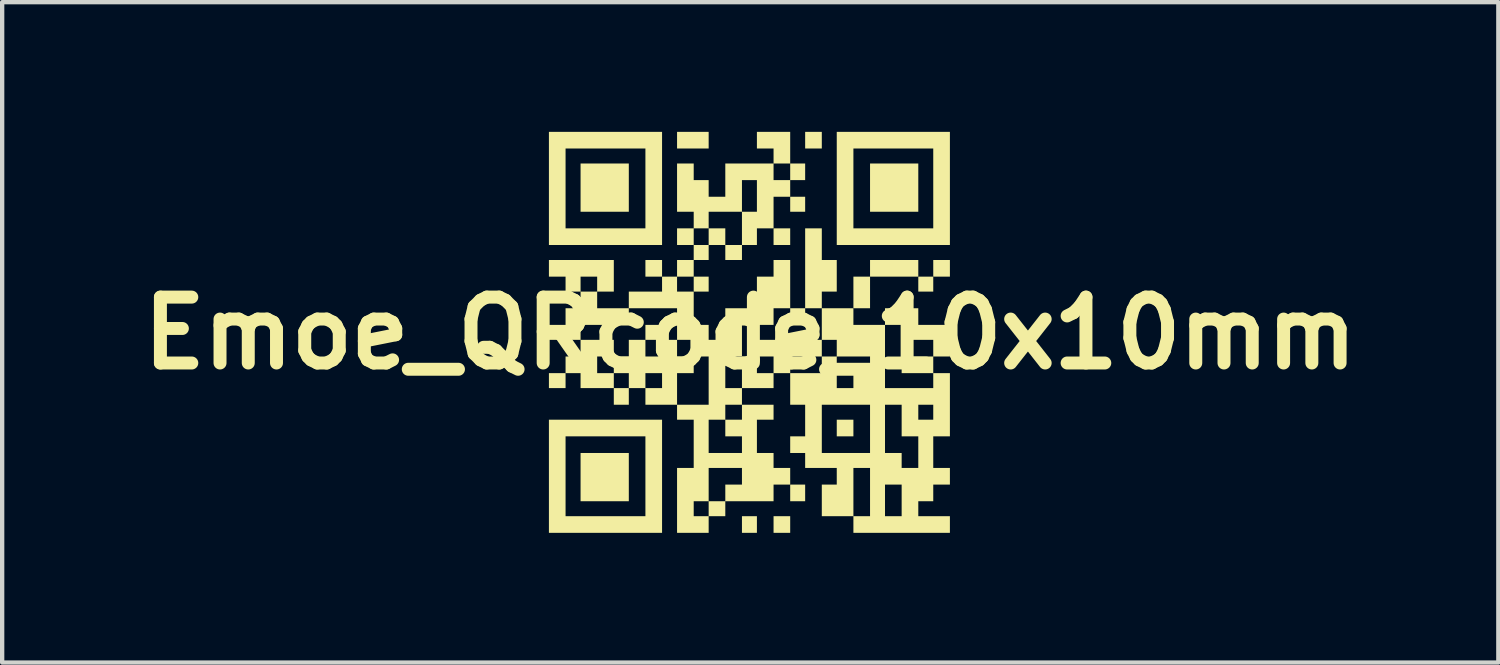
<source format=kicad_pcb>
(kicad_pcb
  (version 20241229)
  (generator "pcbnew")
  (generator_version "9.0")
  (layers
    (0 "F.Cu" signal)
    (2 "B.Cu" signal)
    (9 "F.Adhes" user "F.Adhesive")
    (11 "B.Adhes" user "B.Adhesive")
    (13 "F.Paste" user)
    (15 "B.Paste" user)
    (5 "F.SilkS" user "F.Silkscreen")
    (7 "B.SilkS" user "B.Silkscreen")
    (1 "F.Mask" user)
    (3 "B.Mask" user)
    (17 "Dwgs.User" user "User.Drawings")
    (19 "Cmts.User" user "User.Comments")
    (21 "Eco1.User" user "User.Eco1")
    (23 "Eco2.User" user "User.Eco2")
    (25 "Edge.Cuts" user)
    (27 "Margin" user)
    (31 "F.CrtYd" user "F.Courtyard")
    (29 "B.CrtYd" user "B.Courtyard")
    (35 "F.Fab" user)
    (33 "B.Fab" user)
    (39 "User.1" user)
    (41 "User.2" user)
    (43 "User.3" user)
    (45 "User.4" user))
  (footprint "Emoe_QRcode_10x10mm"
    (layer "F.Cu")
    (at 14.304 4.657)
    (property "Reference" "Emoe_QRcode_10x10mm" (at 0 0 0) (layer "F.SilkS") (effects (font (size 1.524 1.524) (thickness 0.3))))
    (attr board_only exclude_from_pos_files exclude_from_bom)
    (fp_poly (pts (xy -4.272 1.27) (xy -4.657 1.27) (xy -4.657 0.924) (xy -4.272 0.924)) (stroke (width 0) (type solid)) (fill yes) (layer "F.SilkS"))
    (fp_poly (pts (xy -2.809 -2.809) (xy -3.925 -2.809) (xy -3.925 -3.925) (xy -2.809 -3.925)) (stroke (width 0) (type solid)) (fill yes) (layer "F.SilkS"))
    (fp_poly (pts (xy -2.809 3.887) (xy -3.925 3.887) (xy -3.925 2.771) (xy -2.809 2.771)) (stroke (width 0) (type solid)) (fill yes) (layer "F.SilkS"))
    (fp_poly (pts (xy -2.04 -1.308) (xy -2.425 -1.308) (xy -2.425 -1.693) (xy -2.04 -1.693)) (stroke (width 0) (type solid)) (fill yes) (layer "F.SilkS"))
    (fp_poly (pts (xy -2.04 0.154) (xy -2.425 0.154) (xy -2.425 -0.192) (xy -2.04 -0.192)) (stroke (width 0) (type solid)) (fill yes) (layer "F.SilkS"))
    (fp_poly (pts (xy -1.308 -1.308) (xy -1.693 -1.308) (xy -1.693 -1.693) (xy -1.308 -1.693)) (stroke (width 0) (type solid)) (fill yes) (layer "F.SilkS"))
    (fp_poly (pts (xy -0.962 -4.272) (xy -1.693 -4.272) (xy -1.693 -4.657) (xy -0.962 -4.657)) (stroke (width 0) (type solid)) (fill yes) (layer "F.SilkS"))
    (fp_poly (pts (xy -0.962 -0.962) (xy -1.308 -0.962) (xy -1.308 -1.308) (xy -0.962 -1.308)) (stroke (width 0) (type solid)) (fill yes) (layer "F.SilkS"))
    (fp_poly (pts (xy 0.154 4.618) (xy -0.192 4.618) (xy -0.192 4.233) (xy 0.154 4.233)) (stroke (width 0) (type solid)) (fill yes) (layer "F.SilkS"))
    (fp_poly (pts (xy 0.924 -2.04) (xy 0.539 -2.04) (xy 0.539 -2.425) (xy 0.924 -2.425)) (stroke (width 0) (type solid)) (fill yes) (layer "F.SilkS"))
    (fp_poly (pts (xy 0.924 4.618) (xy 0.539 4.618) (xy 0.539 4.233) (xy 0.924 4.233)) (stroke (width 0) (type solid)) (fill yes) (layer "F.SilkS"))
    (fp_poly (pts (xy 1.27 -2.809) (xy 0.924 -2.809) (xy 0.924 -3.156) (xy 1.27 -3.156)) (stroke (width 0) (type solid)) (fill yes) (layer "F.SilkS"))
    (fp_poly (pts (xy 1.27 3.887) (xy 0.924 3.887) (xy 0.924 3.502) (xy 1.27 3.502)) (stroke (width 0) (type solid)) (fill yes) (layer "F.SilkS"))
    (fp_poly (pts (xy 1.655 -4.272) (xy 1.27 -4.272) (xy 1.27 -4.657) (xy 1.655 -4.657)) (stroke (width 0) (type solid)) (fill yes) (layer "F.SilkS"))
    (fp_poly (pts (xy 2.386 2.386) (xy 2.001 2.386) (xy 2.001 2.001) (xy 2.386 2.001)) (stroke (width 0) (type solid)) (fill yes) (layer "F.SilkS"))
    (fp_poly (pts (xy 2.771 -0.577) (xy 2.386 -0.577) (xy 2.386 -1.308) (xy 2.771 -1.308)) (stroke (width 0) (type solid)) (fill yes) (layer "F.SilkS"))
    (fp_poly (pts (xy 3.887 -2.809) (xy 2.771 -2.809) (xy 2.771 -3.925) (xy 3.887 -3.925)) (stroke (width 0) (type solid)) (fill yes) (layer "F.SilkS"))
    (fp_poly (pts (xy 3.887 -1.308) (xy 2.771 -1.308) (xy 2.771 -1.693) (xy 3.887 -1.693)) (stroke (width 0) (type solid)) (fill yes) (layer "F.SilkS"))
    (fp_poly (pts (xy 4.233 -0.962) (xy 3.887 -0.962) (xy 3.887 -1.308) (xy 4.233 -1.308)) (stroke (width 0) (type solid)) (fill yes) (layer "F.SilkS"))
    (fp_poly (pts (xy 4.618 -1.308) (xy 4.233 -1.308) (xy 4.233 -1.693) (xy 4.618 -1.693)) (stroke (width 0) (type solid)) (fill yes) (layer "F.SilkS"))
    (fp_poly (pts (xy -2.04 -2.04) (xy -4.657 -2.04) (xy -4.657 -2.425) (xy -4.272 -2.425) (xy -2.425 -2.425) (xy -2.425 -4.272) (xy -4.272 -4.272) (xy -4.272 -2.425) (xy -4.657 -2.425) (xy -4.657 -4.657) (xy -2.04 -4.657)) (stroke (width 0) (type solid)) (fill yes) (layer "F.SilkS"))
    (fp_poly (pts (xy -2.04 4.618) (xy -4.657 4.618) (xy -4.657 4.233) (xy -4.272 4.233) (xy -2.425 4.233) (xy -2.425 2.386) (xy -4.272 2.386) (xy -4.272 4.233) (xy -4.657 4.233) (xy -4.657 2.001) (xy -2.04 2.001)) (stroke (width 0) (type solid)) (fill yes) (layer "F.SilkS"))
    (fp_poly (pts (xy 4.618 -2.04) (xy 2.001 -2.04) (xy 2.001 -2.425) (xy 2.386 -2.425) (xy 4.233 -2.425) (xy 4.233 -4.272) (xy 2.386 -4.272) (xy 2.386 -2.425) (xy 2.001 -2.425) (xy 2.001 -4.657) (xy 4.618 -4.657)) (stroke (width 0) (type solid)) (fill yes) (layer "F.SilkS"))
    (fp_poly (pts (xy 1.27 -3.925) (xy 1.27 -3.541) (xy 0.924 -3.541) (xy 0.924 -3.156) (xy 0.539 -3.156) (xy 0.539 -2.425) (xy 0.154 -2.425) (xy 0.154 -2.04) (xy -0.192 -2.04) (xy -0.192 -1.693) (xy -0.577 -1.693) (xy -0.577 -2.04) (xy -0.962 -2.04) (xy -0.962 -1.693) (xy -1.308 -1.693) (xy -1.308 -2.04) (xy -0.962 -2.04) (xy -0.962 -2.425) (xy -0.577 -2.425) (xy -0.577 -2.04) (xy -0.192 -2.04) (xy -0.192 -2.809) (xy 0.154 -2.809) (xy 0.154 -3.541) (xy 0.539 -3.541) (xy 0.924 -3.541) (xy 0.924 -3.925) (xy 0.539 -3.925) (xy 0.539 -3.541) (xy 0.154 -3.541) (xy -0.192 -3.541) (xy -0.192 -2.809) (xy -0.962 -2.809) (xy -0.962 -2.425) (xy -1.308 -2.425) (xy -1.308 -2.04) (xy -1.693 -2.04) (xy -1.693 -2.425) (xy -1.308 -2.425) (xy -1.308 -2.809) (xy -1.693 -2.809) (xy -1.693 -3.925) (xy -1.308 -3.925) (xy -1.308 -3.541) (xy -0.962 -3.541) (xy -0.962 -3.156) (xy -0.577 -3.156) (xy -0.577 -3.925) (xy 0.539 -3.925) (xy 0.539 -4.272) (xy 0.154 -4.272) (xy 0.154 -4.657) (xy 0.924 -4.657) (xy 0.924 -3.925)) (stroke (width 0) (type solid)) (fill yes) (layer "F.SilkS"))
    (fp_poly (pts (xy 0.539 1.655) (xy 0.539 2.001) (xy 0.154 2.001) (xy 0.154 2.771) (xy 0.539 2.771) (xy 0.539 3.117) (xy 0.924 3.117) (xy 0.924 3.502) (xy 0.539 3.502) (xy 0.539 3.887) (xy -0.577 3.887) (xy -0.577 4.233) (xy -0.962 4.233) (xy -0.962 4.618) (xy -1.693 4.618) (xy -1.693 4.233) (xy -1.308 4.233) (xy -0.962 4.233) (xy -0.962 3.887) (xy -0.577 3.887) (xy -0.577 3.502) (xy -0.192 3.502) (xy -0.192 3.117) (xy -0.962 3.117) (xy -0.962 3.887) (xy -1.308 3.887) (xy -1.308 4.233) (xy -1.693 4.233) (xy -1.693 3.117) (xy -1.308 3.117) (xy -1.308 2.771) (xy -0.962 2.771) (xy -0.192 2.771) (xy -0.192 2.386) (xy -0.577 2.386) (xy -0.577 2.001) (xy -0.192 2.001) (xy -0.192 1.655) (xy -0.577 1.655) (xy -0.577 2.001) (xy -0.962 2.001) (xy -0.962 2.771) (xy -1.308 2.771) (xy -1.308 2.001) (xy -1.693 2.001) (xy -1.693 1.655) (xy -0.962 1.655) (xy -0.962 1.27) (xy -0.577 1.27) (xy -0.192 1.27) (xy -0.192 0.924) (xy 0.154 0.924) (xy 0.539 0.924) (xy 0.539 0.539) (xy 0.154 0.539) (xy 0.154 0.924) (xy -0.192 0.924) (xy -0.192 0.539) (xy 0.154 0.539) (xy 0.154 0.154) (xy 1.655 0.154) (xy 1.655 -0.577) (xy 1.27 -0.577) (xy 1.27 -0.192) (xy 0.924 -0.192) (xy 0.924 -0.577) (xy 0.539 -0.577) (xy 0.539 -0.192) (xy -0.192 -0.192) (xy -0.192 0.539) (xy -0.577 0.539) (xy -0.577 1.27) (xy -0.962 1.27) (xy -0.962 0.539) (xy -1.308 0.539) (xy -1.308 0.924) (xy -1.693 0.924) (xy -1.693 1.655) (xy -2.425 1.655) (xy -2.425 1.27) (xy -2.04 1.27) (xy -2.04 0.924) (xy -2.425 0.924) (xy -2.425 1.27) (xy -2.809 1.27) (xy -2.809 1.655) (xy -3.156 1.655) (xy -3.156 1.27) (xy -2.809 1.27) (xy -2.809 0.924) (xy -3.156 0.924) (xy -3.156 1.27) (xy -3.925 1.27) (xy -3.925 0.924) (xy -3.541 0.924) (xy -3.156 0.924) (xy -3.156 0.539) (xy -3.541 0.539) (xy -3.541 0.924) (xy -3.925 0.924) (xy -4.272 0.924) (xy -4.272 0.539) (xy -3.925 0.539) (xy -3.925 0.154) (xy -3.156 0.154) (xy -3.156 0.539) (xy -2.809 0.539) (xy -2.809 0.154) (xy -2.425 0.154) (xy -2.425 0.539) (xy -2.04 0.539) (xy -1.693 0.539) (xy -1.308 0.539) (xy -1.308 0.154) (xy -1.693 0.154) (xy -1.693 0.539) (xy -2.04 0.539) (xy -2.04 0.154) (xy -1.693 0.154) (xy -1.693 -0.577) (xy -2.809 -0.577) (xy -2.809 -0.192) (xy -3.925 -0.192) (xy -3.925 0.154) (xy -4.657 0.154) (xy -4.657 -0.192) (xy -4.272 -0.192) (xy -4.272 -0.577) (xy -3.925 -0.577) (xy -3.925 -0.962) (xy -3.541 -0.962) (xy -3.541 -1.308) (xy -3.925 -1.308) (xy -3.925 -0.962) (xy -4.272 -0.962) (xy -4.272 -1.308) (xy -4.657 -1.308) (xy -4.657 -1.693) (xy -3.156 -1.693) (xy -3.156 -0.962) (xy -3.541 -0.962) (xy -3.541 -0.577) (xy -2.809 -0.577) (xy -2.809 -0.962) (xy -2.04 -0.962) (xy -2.04 -1.308) (xy -1.693 -1.308) (xy -1.693 -0.962) (xy -1.308 -0.962) (xy -1.308 -0.192) (xy -0.962 -0.192) (xy -0.962 0.154) (xy -0.577 0.154) (xy -0.577 -0.577) (xy 0.154 -0.577) (xy 0.154 -1.308) (xy 0.539 -1.308) (xy 0.539 -1.693) (xy 0.924 -1.693) (xy 0.924 -0.577) (xy 1.27 -0.577) (xy 1.27 -2.425) (xy 1.655 -2.425) (xy 1.655 -1.693) (xy 2.001 -1.693) (xy 2.001 -0.962) (xy 1.655 -0.962) (xy 1.655 -0.577) (xy 2.386 -0.577) (xy 2.386 -0.192) (xy 3.117 -0.192) (xy 3.117 -0.577) (xy 3.887 -0.577) (xy 3.887 -0.192) (xy 4.618 -0.192) (xy 4.618 0.539) (xy 4.233 0.539) (xy 4.233 0.924) (xy 4.618 0.924) (xy 4.618 2.386) (xy 4.233 2.386) (xy 4.233 3.117) (xy 4.618 3.117) (xy 4.618 3.502) (xy 4.233 3.502) (xy 4.233 3.887) (xy 3.887 3.887) (xy 3.887 4.233) (xy 4.618 4.233) (xy 4.618 4.618) (xy 2.386 4.618) (xy 2.386 4.233) (xy 2.771 4.233) (xy 3.117 4.233) (xy 3.502 4.233) (xy 3.502 3.502) (xy 3.117 3.502) (xy 3.117 4.233) (xy 2.771 4.233) (xy 2.771 3.117) (xy 2.386 3.117) (xy 2.386 4.233) (xy 1.655 4.233) (xy 1.655 3.502) (xy 2.001 3.502) (xy 2.001 3.117) (xy 1.27 3.117) (xy 1.27 2.771) (xy 1.655 2.771) (xy 2.771 2.771) (xy 3.117 2.771) (xy 3.502 2.771) (xy 3.502 3.117) (xy 3.887 3.117) (xy 3.887 2.386) (xy 3.502 2.386) (xy 3.502 2.001) (xy 3.887 2.001) (xy 4.233 2.001) (xy 4.233 1.655) (xy 3.887 1.655) (xy 3.887 2.001) (xy 3.502 2.001) (xy 3.502 1.655) (xy 3.117 1.655) (xy 3.117 2.771) (xy 2.771 2.771) (xy 2.771 1.655) (xy 1.655 1.655) (xy 1.655 2.771) (xy 1.27 2.771) (xy 0.924 2.771) (xy 0.924 2.386) (xy 1.27 2.386) (xy 1.27 1.655) (xy 0.924 1.655) (xy 0.924 1.27) (xy 2.001 1.27) (xy 2.386 1.27) (xy 3.117 1.27) (xy 4.233 1.27) (xy 4.233 0.924) (xy 3.502 0.924) (xy 3.502 0.539) (xy 4.233 0.539) (xy 4.233 0.154) (xy 3.502 0.154) (xy 3.502 -0.192) (xy 3.117 -0.192) (xy 3.117 1.27) (xy 2.386 1.27) (xy 2.386 0.924) (xy 2.771 0.924) (xy 2.771 0.539) (xy 2.001 0.539) (xy 2.001 1.27) (xy 0.924 1.27) (xy 0.924 0.924) (xy 1.655 0.924) (xy 1.655 0.539) (xy 2.001 0.539) (xy 2.001 0.154) (xy 1.655 0.154) (xy 1.655 0.539) (xy 0.924 0.539) (xy 0.924 0.924) (xy 0.539 0.924) (xy 0.539 1.27) (xy -0.192 1.27) (xy -0.192 1.655)) (stroke (width 0) (type solid)) (fill yes) (layer "F.SilkS")))
  (gr_rect
    (start -3 -3)
    (end 31.608 12.275)
    (stroke (width 0.1) (type default))
    (fill no)
    (layer "Edge.Cuts")))
</source>
